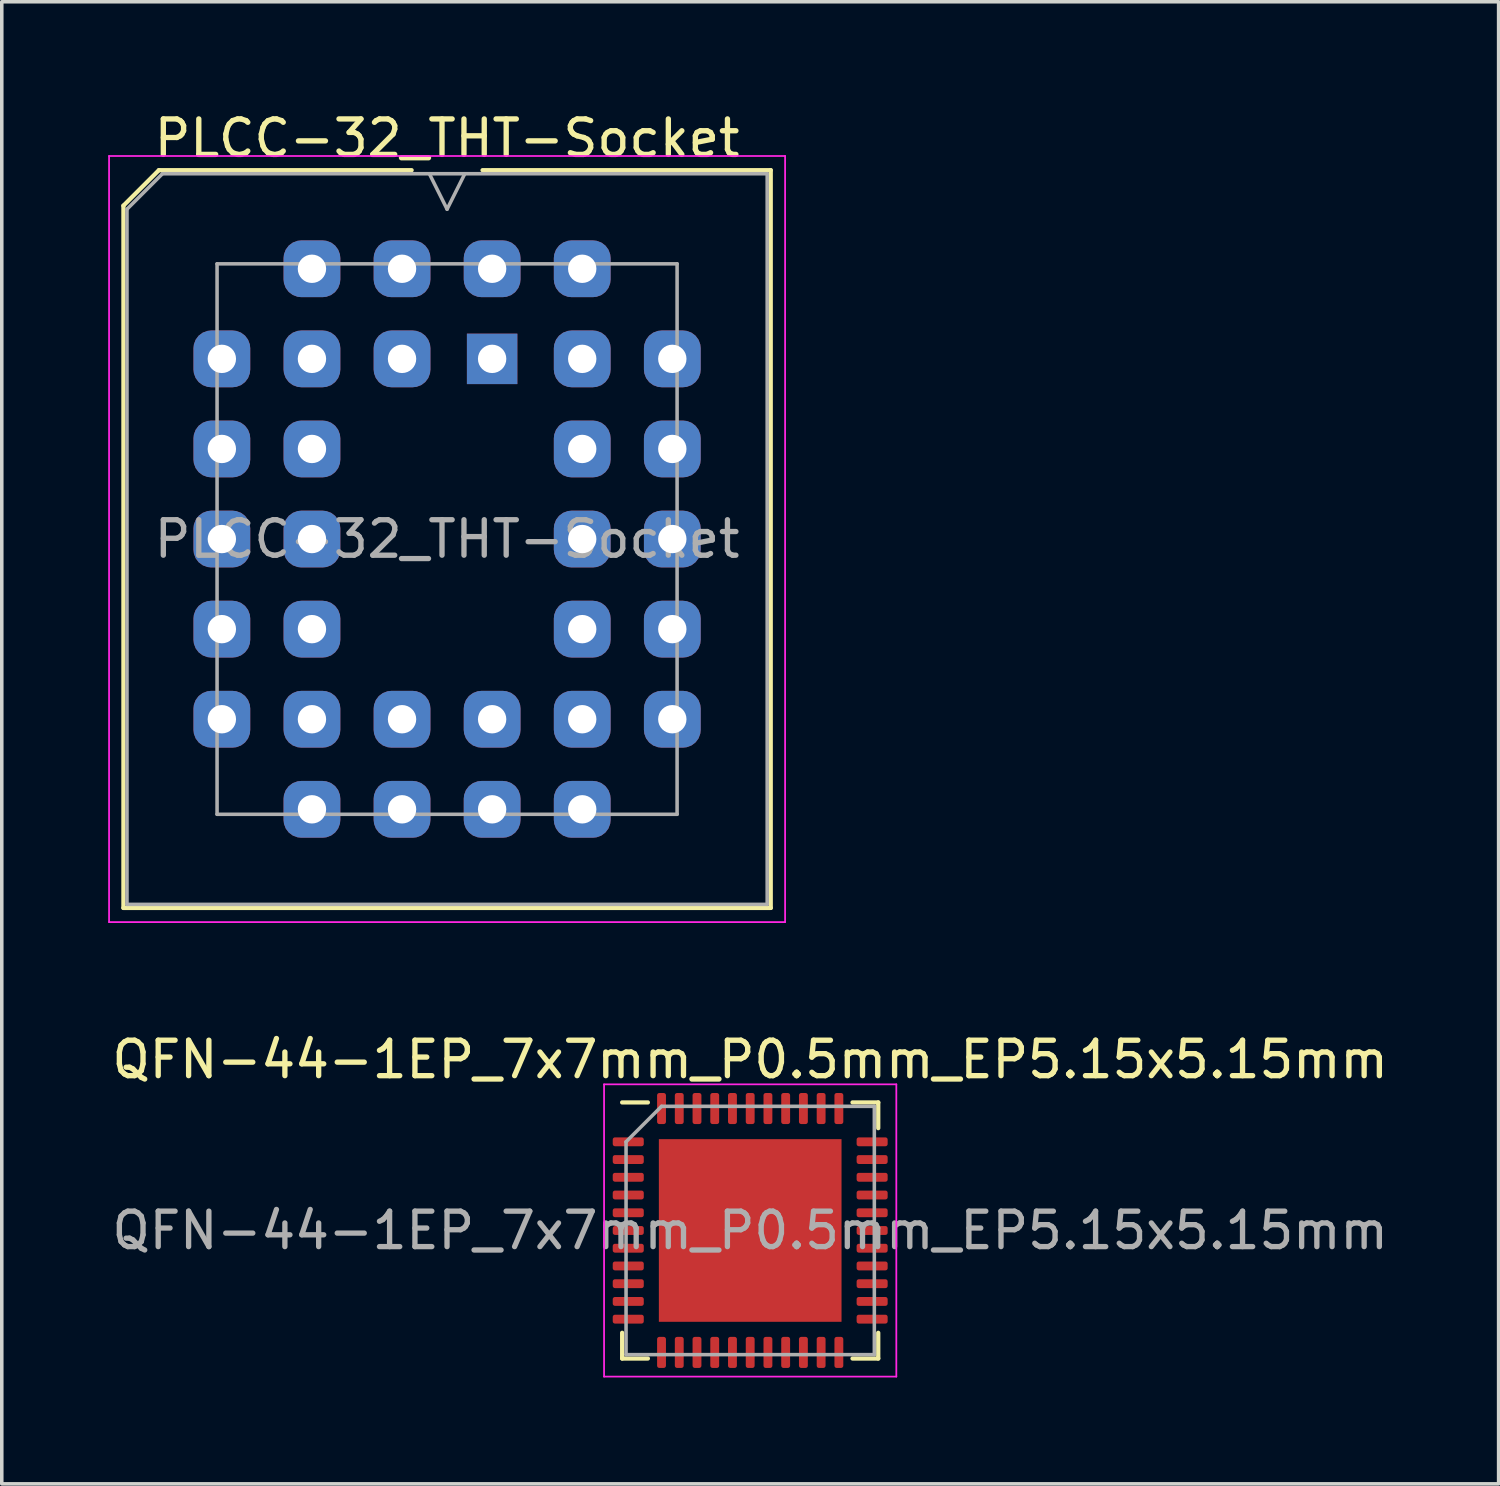
<source format=kicad_pcb>
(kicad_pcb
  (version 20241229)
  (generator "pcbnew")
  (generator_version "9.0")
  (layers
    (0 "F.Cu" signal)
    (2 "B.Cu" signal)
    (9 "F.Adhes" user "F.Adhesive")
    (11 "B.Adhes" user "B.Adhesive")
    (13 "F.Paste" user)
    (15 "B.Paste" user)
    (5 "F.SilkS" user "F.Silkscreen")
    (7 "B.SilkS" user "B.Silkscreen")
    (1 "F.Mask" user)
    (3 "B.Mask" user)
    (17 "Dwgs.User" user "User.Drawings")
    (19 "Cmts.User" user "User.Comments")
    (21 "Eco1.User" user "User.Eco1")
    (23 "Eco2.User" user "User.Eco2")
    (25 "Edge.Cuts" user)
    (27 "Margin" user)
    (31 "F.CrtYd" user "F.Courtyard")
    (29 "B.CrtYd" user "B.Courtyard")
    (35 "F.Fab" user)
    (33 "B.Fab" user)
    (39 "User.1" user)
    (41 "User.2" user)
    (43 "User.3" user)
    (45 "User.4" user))
  (footprint "QFN-44-1EP_7x7mm_P0.5mm_EP5.15x5.15mm"
    (layer "F.Cu")
    (at 18.101 31.642)
    (property "Reference" "QFN-44-1EP_7x7mm_P0.5mm_EP5.15x5.15mm" (at 0 -4.82 0) (layer "F.SilkS") (effects (font (size 1 1) (thickness 0.15))))
    (attr smd)
    (fp_line (start -3.61 3.61) (end -3.61 2.885) (stroke (width 0.12) (type solid)) (layer "F.SilkS"))
    (fp_line (start -2.885 -3.61) (end -3.61 -3.61) (stroke (width 0.12) (type solid)) (layer "F.SilkS"))
    (fp_line (start -2.885 3.61) (end -3.61 3.61) (stroke (width 0.12) (type solid)) (layer "F.SilkS"))
    (fp_line (start 2.885 -3.61) (end 3.61 -3.61) (stroke (width 0.12) (type solid)) (layer "F.SilkS"))
    (fp_line (start 2.885 3.61) (end 3.61 3.61) (stroke (width 0.12) (type solid)) (layer "F.SilkS"))
    (fp_line (start 3.61 -3.61) (end 3.61 -2.885) (stroke (width 0.12) (type solid)) (layer "F.SilkS"))
    (fp_line (start 3.61 3.61) (end 3.61 2.885) (stroke (width 0.12) (type solid)) (layer "F.SilkS"))
    (fp_line (start -4.12 -4.12) (end -4.12 4.12) (stroke (width 0.05) (type solid)) (layer "F.CrtYd"))
    (fp_line (start -4.12 4.12) (end 4.12 4.12) (stroke (width 0.05) (type solid)) (layer "F.CrtYd"))
    (fp_line (start 4.12 -4.12) (end -4.12 -4.12) (stroke (width 0.05) (type solid)) (layer "F.CrtYd"))
    (fp_line (start 4.12 4.12) (end 4.12 -4.12) (stroke (width 0.05) (type solid)) (layer "F.CrtYd"))
    (fp_line (start -3.5 -2.5) (end -2.5 -3.5) (stroke (width 0.1) (type solid)) (layer "F.Fab"))
    (fp_line (start -3.5 3.5) (end -3.5 -2.5) (stroke (width 0.1) (type solid)) (layer "F.Fab"))
    (fp_line (start -2.5 -3.5) (end 3.5 -3.5) (stroke (width 0.1) (type solid)) (layer "F.Fab"))
    (fp_line (start 3.5 -3.5) (end 3.5 3.5) (stroke (width 0.1) (type solid)) (layer "F.Fab"))
    (fp_line (start 3.5 3.5) (end -3.5 3.5) (stroke (width 0.1) (type solid)) (layer "F.Fab"))
    (fp_text user "${REFERENCE}" (at 0 0 0) (layer "F.Fab") (effects (font (size 1 1) (thickness 0.15))))
    (pad "" smd roundrect (at -1.935 -1.935) (size 1.04 1.04) (layers "F.Paste") (roundrect_rratio 0.24))
    (pad "" smd roundrect (at -1.935 -0.645) (size 1.04 1.04) (layers "F.Paste") (roundrect_rratio 0.24))
    (pad "" smd roundrect (at -1.935 0.645) (size 1.04 1.04) (layers "F.Paste") (roundrect_rratio 0.24))
    (pad "" smd roundrect (at -1.935 1.935) (size 1.04 1.04) (layers "F.Paste") (roundrect_rratio 0.24))
    (pad "" smd roundrect (at -0.645 -1.935) (size 1.04 1.04) (layers "F.Paste") (roundrect_rratio 0.24))
    (pad "" smd roundrect (at -0.645 -0.645) (size 1.04 1.04) (layers "F.Paste") (roundrect_rratio 0.24))
    (pad "" smd roundrect (at -0.645 0.645) (size 1.04 1.04) (layers "F.Paste") (roundrect_rratio 0.24))
    (pad "" smd roundrect (at -0.645 1.935) (size 1.04 1.04) (layers "F.Paste") (roundrect_rratio 0.24))
    (pad "" smd roundrect (at 0.645 -1.935) (size 1.04 1.04) (layers "F.Paste") (roundrect_rratio 0.24))
    (pad "" smd roundrect (at 0.645 -0.645) (size 1.04 1.04) (layers "F.Paste") (roundrect_rratio 0.24))
    (pad "" smd roundrect (at 0.645 0.645) (size 1.04 1.04) (layers "F.Paste") (roundrect_rratio 0.24))
    (pad "" smd roundrect (at 0.645 1.935) (size 1.04 1.04) (layers "F.Paste") (roundrect_rratio 0.24))
    (pad "" smd roundrect (at 1.935 -1.935) (size 1.04 1.04) (layers "F.Paste") (roundrect_rratio 0.24))
    (pad "" smd roundrect (at 1.935 -0.645) (size 1.04 1.04) (layers "F.Paste") (roundrect_rratio 0.24))
    (pad "" smd roundrect (at 1.935 0.645) (size 1.04 1.04) (layers "F.Paste") (roundrect_rratio 0.24))
    (pad "" smd roundrect (at 1.935 1.935) (size 1.04 1.04) (layers "F.Paste") (roundrect_rratio 0.24))
    (pad "1" smd roundrect (at -3.438 -2.5) (size 0.875 0.25) (layers "F.Cu" "F.Mask" "F.Paste") (roundrect_rratio 0.25))
    (pad "2" smd roundrect (at -3.438 -2) (size 0.875 0.25) (layers "F.Cu" "F.Mask" "F.Paste") (roundrect_rratio 0.25))
    (pad "3" smd roundrect (at -3.438 -1.5) (size 0.875 0.25) (layers "F.Cu" "F.Mask" "F.Paste") (roundrect_rratio 0.25))
    (pad "4" smd roundrect (at -3.438 -1) (size 0.875 0.25) (layers "F.Cu" "F.Mask" "F.Paste") (roundrect_rratio 0.25))
    (pad "5" smd roundrect (at -3.438 -0.5) (size 0.875 0.25) (layers "F.Cu" "F.Mask" "F.Paste") (roundrect_rratio 0.25))
    (pad "6" smd roundrect (at -3.438 0) (size 0.875 0.25) (layers "F.Cu" "F.Mask" "F.Paste") (roundrect_rratio 0.25))
    (pad "7" smd roundrect (at -3.438 0.5) (size 0.875 0.25) (layers "F.Cu" "F.Mask" "F.Paste") (roundrect_rratio 0.25))
    (pad "8" smd roundrect (at -3.438 1) (size 0.875 0.25) (layers "F.Cu" "F.Mask" "F.Paste") (roundrect_rratio 0.25))
    (pad "9" smd roundrect (at -3.438 1.5) (size 0.875 0.25) (layers "F.Cu" "F.Mask" "F.Paste") (roundrect_rratio 0.25))
    (pad "10" smd roundrect (at -3.438 2) (size 0.875 0.25) (layers "F.Cu" "F.Mask" "F.Paste") (roundrect_rratio 0.25))
    (pad "11" smd roundrect (at -3.438 2.5) (size 0.875 0.25) (layers "F.Cu" "F.Mask" "F.Paste") (roundrect_rratio 0.25))
    (pad "12" smd roundrect (at -2.5 3.438) (size 0.25 0.875) (layers "F.Cu" "F.Mask" "F.Paste") (roundrect_rratio 0.25))
    (pad "13" smd roundrect (at -2 3.438) (size 0.25 0.875) (layers "F.Cu" "F.Mask" "F.Paste") (roundrect_rratio 0.25))
    (pad "14" smd roundrect (at -1.5 3.438) (size 0.25 0.875) (layers "F.Cu" "F.Mask" "F.Paste") (roundrect_rratio 0.25))
    (pad "15" smd roundrect (at -1 3.438) (size 0.25 0.875) (layers "F.Cu" "F.Mask" "F.Paste") (roundrect_rratio 0.25))
    (pad "16" smd roundrect (at -0.5 3.438) (size 0.25 0.875) (layers "F.Cu" "F.Mask" "F.Paste") (roundrect_rratio 0.25))
    (pad "17" smd roundrect (at 0 3.438) (size 0.25 0.875) (layers "F.Cu" "F.Mask" "F.Paste") (roundrect_rratio 0.25))
    (pad "18" smd roundrect (at 0.5 3.438) (size 0.25 0.875) (layers "F.Cu" "F.Mask" "F.Paste") (roundrect_rratio 0.25))
    (pad "19" smd roundrect (at 1 3.438) (size 0.25 0.875) (layers "F.Cu" "F.Mask" "F.Paste") (roundrect_rratio 0.25))
    (pad "20" smd roundrect (at 1.5 3.438) (size 0.25 0.875) (layers "F.Cu" "F.Mask" "F.Paste") (roundrect_rratio 0.25))
    (pad "21" smd roundrect (at 2 3.438) (size 0.25 0.875) (layers "F.Cu" "F.Mask" "F.Paste") (roundrect_rratio 0.25))
    (pad "22" smd roundrect (at 2.5 3.438) (size 0.25 0.875) (layers "F.Cu" "F.Mask" "F.Paste") (roundrect_rratio 0.25))
    (pad "23" smd roundrect (at 3.438 2.5) (size 0.875 0.25) (layers "F.Cu" "F.Mask" "F.Paste") (roundrect_rratio 0.25))
    (pad "24" smd roundrect (at 3.438 2) (size 0.875 0.25) (layers "F.Cu" "F.Mask" "F.Paste") (roundrect_rratio 0.25))
    (pad "25" smd roundrect (at 3.438 1.5) (size 0.875 0.25) (layers "F.Cu" "F.Mask" "F.Paste") (roundrect_rratio 0.25))
    (pad "26" smd roundrect (at 3.438 1) (size 0.875 0.25) (layers "F.Cu" "F.Mask" "F.Paste") (roundrect_rratio 0.25))
    (pad "27" smd roundrect (at 3.438 0.5) (size 0.875 0.25) (layers "F.Cu" "F.Mask" "F.Paste") (roundrect_rratio 0.25))
    (pad "28" smd roundrect (at 3.438 0) (size 0.875 0.25) (layers "F.Cu" "F.Mask" "F.Paste") (roundrect_rratio 0.25))
    (pad "29" smd roundrect (at 3.438 -0.5) (size 0.875 0.25) (layers "F.Cu" "F.Mask" "F.Paste") (roundrect_rratio 0.25))
    (pad "30" smd roundrect (at 3.438 -1) (size 0.875 0.25) (layers "F.Cu" "F.Mask" "F.Paste") (roundrect_rratio 0.25))
    (pad "31" smd roundrect (at 3.438 -1.5) (size 0.875 0.25) (layers "F.Cu" "F.Mask" "F.Paste") (roundrect_rratio 0.25))
    (pad "32" smd roundrect (at 3.438 -2) (size 0.875 0.25) (layers "F.Cu" "F.Mask" "F.Paste") (roundrect_rratio 0.25))
    (pad "33" smd roundrect (at 3.438 -2.5) (size 0.875 0.25) (layers "F.Cu" "F.Mask" "F.Paste") (roundrect_rratio 0.25))
    (pad "34" smd roundrect (at 2.5 -3.438) (size 0.25 0.875) (layers "F.Cu" "F.Mask" "F.Paste") (roundrect_rratio 0.25))
    (pad "35" smd roundrect (at 2 -3.438) (size 0.25 0.875) (layers "F.Cu" "F.Mask" "F.Paste") (roundrect_rratio 0.25))
    (pad "36" smd roundrect (at 1.5 -3.438) (size 0.25 0.875) (layers "F.Cu" "F.Mask" "F.Paste") (roundrect_rratio 0.25))
    (pad "37" smd roundrect (at 1 -3.438) (size 0.25 0.875) (layers "F.Cu" "F.Mask" "F.Paste") (roundrect_rratio 0.25))
    (pad "38" smd roundrect (at 0.5 -3.438) (size 0.25 0.875) (layers "F.Cu" "F.Mask" "F.Paste") (roundrect_rratio 0.25))
    (pad "39" smd roundrect (at 0 -3.438) (size 0.25 0.875) (layers "F.Cu" "F.Mask" "F.Paste") (roundrect_rratio 0.25))
    (pad "40" smd roundrect (at -0.5 -3.438) (size 0.25 0.875) (layers "F.Cu" "F.Mask" "F.Paste") (roundrect_rratio 0.25))
    (pad "41" smd roundrect (at -1 -3.438) (size 0.25 0.875) (layers "F.Cu" "F.Mask" "F.Paste") (roundrect_rratio 0.25))
    (pad "42" smd roundrect (at -1.5 -3.438) (size 0.25 0.875) (layers "F.Cu" "F.Mask" "F.Paste") (roundrect_rratio 0.25))
    (pad "43" smd roundrect (at -2 -3.438) (size 0.25 0.875) (layers "F.Cu" "F.Mask" "F.Paste") (roundrect_rratio 0.25))
    (pad "44" smd roundrect (at -2.5 -3.438) (size 0.25 0.875) (layers "F.Cu" "F.Mask" "F.Paste") (roundrect_rratio 0.25))
    (pad "45" smd rect (at 0 0) (size 5.15 5.15) (layers "F.Cu" "F.Mask")))
  (footprint "PLCC-32_THT-Socket"
    (layer "F.Cu")
    (at 10.825 7.068)
    (property "Reference" "PLCC-32_THT-Socket" (at -1.27 -6.22 0) (layer "F.SilkS") (effects (font (size 1 1) (thickness 0.15))))
    (attr through_hole)
    (fp_line (start -10.395 -4.32) (end -10.395 15.48) (stroke (width 0.12) (type solid)) (layer "F.SilkS"))
    (fp_line (start -10.395 15.48) (end 7.855 15.48) (stroke (width 0.12) (type solid)) (layer "F.SilkS"))
    (fp_line (start -9.395 -5.32) (end -10.395 -4.32) (stroke (width 0.12) (type solid)) (layer "F.SilkS"))
    (fp_line (start -2.27 -5.32) (end -9.395 -5.32) (stroke (width 0.12) (type solid)) (layer "F.SilkS"))
    (fp_line (start 7.855 -5.32) (end -0.27 -5.32) (stroke (width 0.12) (type solid)) (layer "F.SilkS"))
    (fp_line (start 7.855 15.48) (end 7.855 -5.32) (stroke (width 0.12) (type solid)) (layer "F.SilkS"))
    (fp_line (start -10.8 -5.72) (end -10.8 15.88) (stroke (width 0.05) (type solid)) (layer "F.CrtYd"))
    (fp_line (start -10.8 15.88) (end 8.26 15.88) (stroke (width 0.05) (type solid)) (layer "F.CrtYd"))
    (fp_line (start 8.26 -5.72) (end -10.8 -5.72) (stroke (width 0.05) (type solid)) (layer "F.CrtYd"))
    (fp_line (start 8.26 15.88) (end 8.26 -5.72) (stroke (width 0.05) (type solid)) (layer "F.CrtYd"))
    (fp_line (start -10.295 -4.22) (end -10.295 15.38) (stroke (width 0.1) (type solid)) (layer "F.Fab"))
    (fp_line (start -10.295 15.38) (end 7.755 15.38) (stroke (width 0.1) (type solid)) (layer "F.Fab"))
    (fp_line (start -9.295 -5.22) (end -10.295 -4.22) (stroke (width 0.1) (type solid)) (layer "F.Fab"))
    (fp_line (start -7.755 -2.68) (end -7.755 12.84) (stroke (width 0.1) (type solid)) (layer "F.Fab"))
    (fp_line (start -7.755 12.84) (end 5.215 12.84) (stroke (width 0.1) (type solid)) (layer "F.Fab"))
    (fp_line (start -1.77 -5.22) (end -1.27 -4.22) (stroke (width 0.1) (type solid)) (layer "F.Fab"))
    (fp_line (start -1.27 -4.22) (end -0.77 -5.22) (stroke (width 0.1) (type solid)) (layer "F.Fab"))
    (fp_line (start 5.215 -2.68) (end -7.755 -2.68) (stroke (width 0.1) (type solid)) (layer "F.Fab"))
    (fp_line (start 5.215 12.84) (end 5.215 -2.68) (stroke (width 0.1) (type solid)) (layer "F.Fab"))
    (fp_line (start 7.755 -5.22) (end -9.295 -5.22) (stroke (width 0.1) (type solid)) (layer "F.Fab"))
    (fp_line (start 7.755 15.38) (end 7.755 -5.22) (stroke (width 0.1) (type solid)) (layer "F.Fab"))
    (fp_text user "${REFERENCE}" (at -1.27 5.08 0) (layer "F.Fab") (effects (font (size 1 1) (thickness 0.15))))
    (pad "1" thru_hole rect (at 0 0) (size 1.422 1.422) (drill 0.8) (layers "*.Cu" "*.Mask"))
    (pad "2" thru_hole roundrect (at -2.54 -2.54) (size 1.6 1.6) (drill 0.8) (layers "*.Cu" "*.Mask") (roundrect_rratio 0.312))
    (pad "3" thru_hole roundrect (at -2.54 0) (size 1.6 1.6) (drill 0.8) (layers "*.Cu" "*.Mask") (roundrect_rratio 0.312))
    (pad "4" thru_hole roundrect (at -5.08 -2.54) (size 1.6 1.6) (drill 0.8) (layers "*.Cu" "*.Mask") (roundrect_rratio 0.312))
    (pad "5" thru_hole roundrect (at -7.62 0) (size 1.6 1.6) (drill 0.8) (layers "*.Cu" "*.Mask") (roundrect_rratio 0.312))
    (pad "6" thru_hole roundrect (at -5.08 0) (size 1.6 1.6) (drill 0.8) (layers "*.Cu" "*.Mask") (roundrect_rratio 0.312))
    (pad "7" thru_hole roundrect (at -7.62 2.54) (size 1.6 1.6) (drill 0.8) (layers "*.Cu" "*.Mask") (roundrect_rratio 0.312))
    (pad "8" thru_hole roundrect (at -5.08 2.54) (size 1.6 1.6) (drill 0.8) (layers "*.Cu" "*.Mask") (roundrect_rratio 0.312))
    (pad "9" thru_hole roundrect (at -7.62 5.08) (size 1.6 1.6) (drill 0.8) (layers "*.Cu" "*.Mask") (roundrect_rratio 0.312))
    (pad "10" thru_hole roundrect (at -5.08 5.08) (size 1.6 1.6) (drill 0.8) (layers "*.Cu" "*.Mask") (roundrect_rratio 0.312))
    (pad "11" thru_hole roundrect (at -7.62 7.62) (size 1.6 1.6) (drill 0.8) (layers "*.Cu" "*.Mask") (roundrect_rratio 0.312))
    (pad "12" thru_hole roundrect (at -5.08 7.62) (size 1.6 1.6) (drill 0.8) (layers "*.Cu" "*.Mask") (roundrect_rratio 0.312))
    (pad "13" thru_hole roundrect (at -7.62 10.16) (size 1.6 1.6) (drill 0.8) (layers "*.Cu" "*.Mask") (roundrect_rratio 0.312))
    (pad "14" thru_hole roundrect (at -5.08 12.7) (size 1.6 1.6) (drill 0.8) (layers "*.Cu" "*.Mask") (roundrect_rratio 0.312))
    (pad "15" thru_hole roundrect (at -5.08 10.16) (size 1.6 1.6) (drill 0.8) (layers "*.Cu" "*.Mask") (roundrect_rratio 0.312))
    (pad "16" thru_hole roundrect (at -2.54 12.7) (size 1.6 1.6) (drill 0.8) (layers "*.Cu" "*.Mask") (roundrect_rratio 0.312))
    (pad "17" thru_hole roundrect (at -2.54 10.16) (size 1.6 1.6) (drill 0.8) (layers "*.Cu" "*.Mask") (roundrect_rratio 0.312))
    (pad "18" thru_hole roundrect (at 0 12.7) (size 1.6 1.6) (drill 0.8) (layers "*.Cu" "*.Mask") (roundrect_rratio 0.312))
    (pad "19" thru_hole roundrect (at 0 10.16) (size 1.6 1.6) (drill 0.8) (layers "*.Cu" "*.Mask") (roundrect_rratio 0.312))
    (pad "20" thru_hole roundrect (at 2.54 12.7) (size 1.6 1.6) (drill 0.8) (layers "*.Cu" "*.Mask") (roundrect_rratio 0.312))
    (pad "21" thru_hole roundrect (at 5.08 10.16) (size 1.6 1.6) (drill 0.8) (layers "*.Cu" "*.Mask") (roundrect_rratio 0.312))
    (pad "22" thru_hole roundrect (at 2.54 10.16) (size 1.6 1.6) (drill 0.8) (layers "*.Cu" "*.Mask") (roundrect_rratio 0.312))
    (pad "23" thru_hole roundrect (at 5.08 7.62) (size 1.6 1.6) (drill 0.8) (layers "*.Cu" "*.Mask") (roundrect_rratio 0.312))
    (pad "24" thru_hole roundrect (at 2.54 7.62) (size 1.6 1.6) (drill 0.8) (layers "*.Cu" "*.Mask") (roundrect_rratio 0.312))
    (pad "25" thru_hole roundrect (at 5.08 5.08) (size 1.6 1.6) (drill 0.8) (layers "*.Cu" "*.Mask") (roundrect_rratio 0.312))
    (pad "26" thru_hole roundrect (at 2.54 5.08) (size 1.6 1.6) (drill 0.8) (layers "*.Cu" "*.Mask") (roundrect_rratio 0.312))
    (pad "27" thru_hole roundrect (at 5.08 2.54) (size 1.6 1.6) (drill 0.8) (layers "*.Cu" "*.Mask") (roundrect_rratio 0.312))
    (pad "28" thru_hole roundrect (at 2.54 2.54) (size 1.6 1.6) (drill 0.8) (layers "*.Cu" "*.Mask") (roundrect_rratio 0.312))
    (pad "29" thru_hole roundrect (at 5.08 0) (size 1.6 1.6) (drill 0.8) (layers "*.Cu" "*.Mask") (roundrect_rratio 0.312))
    (pad "30" thru_hole roundrect (at 2.54 -2.54) (size 1.6 1.6) (drill 0.8) (layers "*.Cu" "*.Mask") (roundrect_rratio 0.312))
    (pad "31" thru_hole roundrect (at 2.54 0) (size 1.6 1.6) (drill 0.8) (layers "*.Cu" "*.Mask") (roundrect_rratio 0.312))
    (pad "32" thru_hole roundrect (at 0 -2.54) (size 1.6 1.6) (drill 0.8) (layers "*.Cu" "*.Mask") (roundrect_rratio 0.312)))
  (gr_rect
    (start -3 -3)
    (end 39.202 38.786)
    (stroke (width 0.1) (type default))
    (fill no)
    (layer "Edge.Cuts")))
</source>
